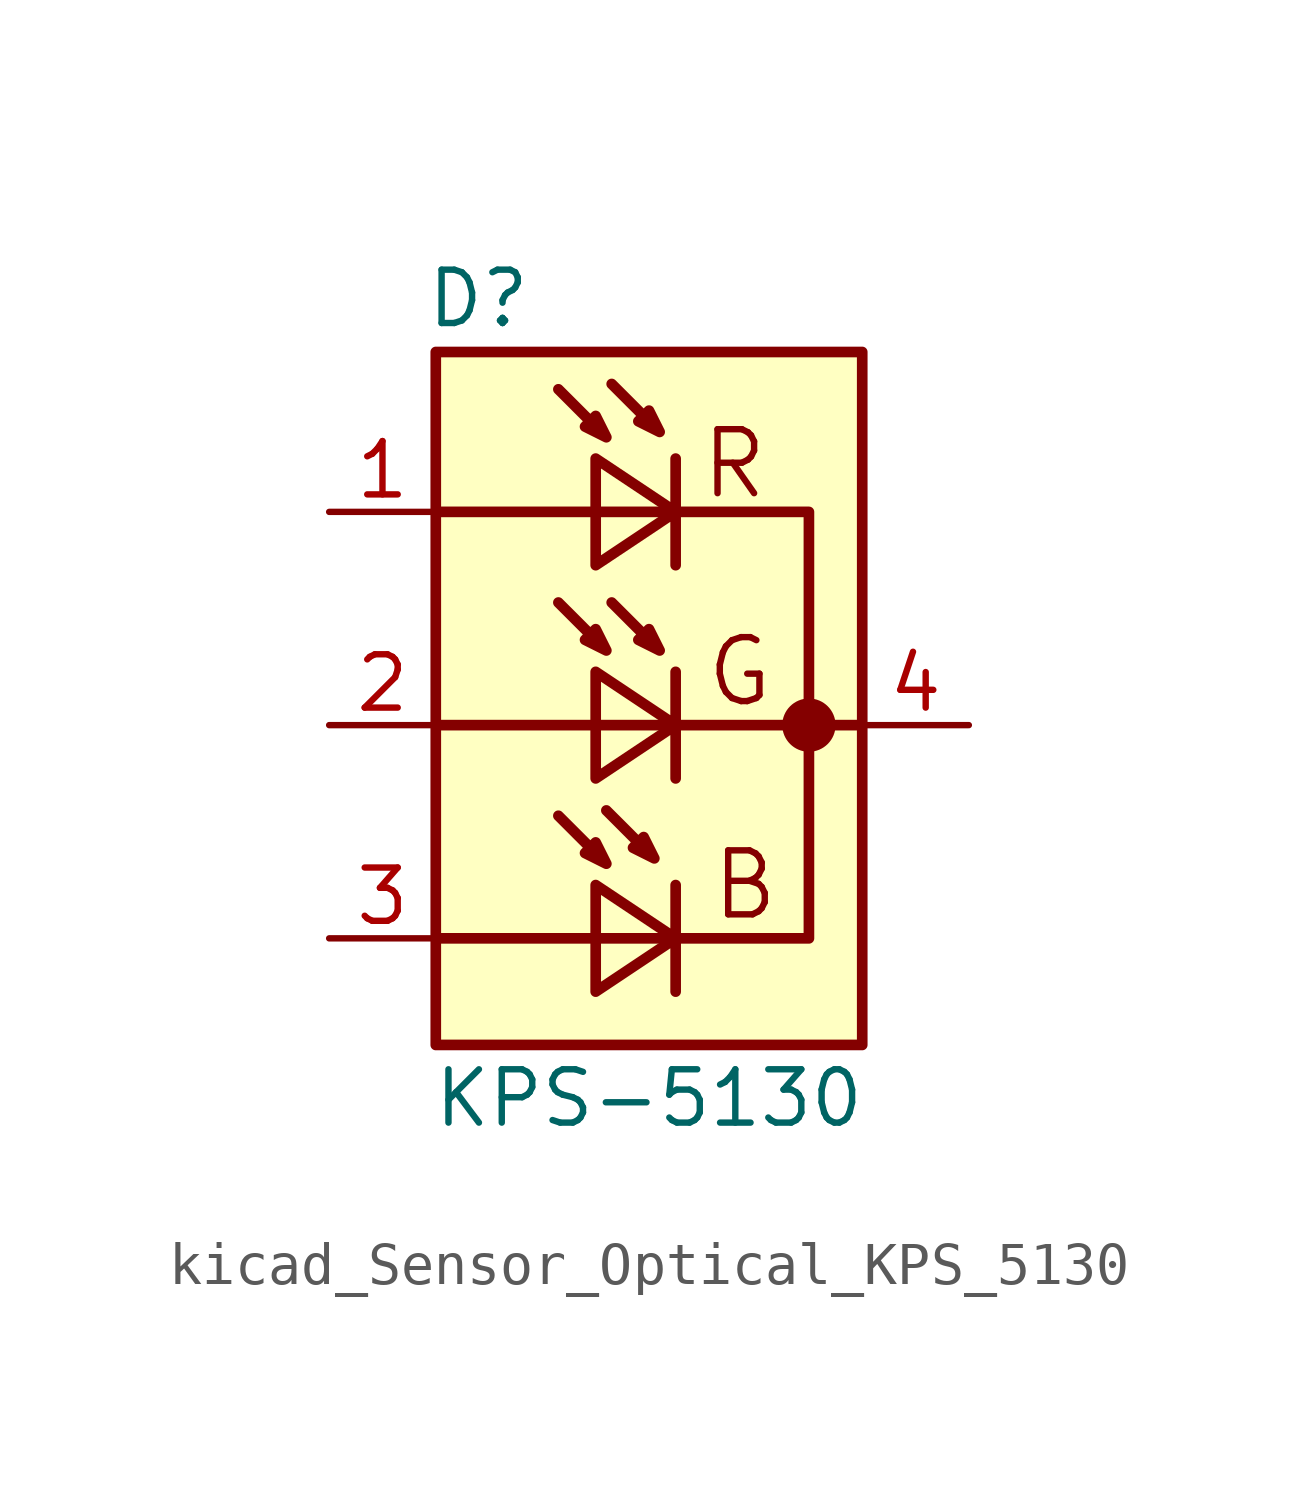
<source format=kicad_sym>
(kicad_symbol_lib
  (version 20220914)
  (generator kicad_symbol_editor)
  (symbol "kicad_Sensor_Optical_KPS_5130"
    (pin_names hide)
    (property "Reference" "D"
      (at -4.064 10.16 0)
      (effects (font (size 1.27 1.27))))
    (property "Value" "KPS-5130"
      (at 0 -8.89 0)
      (effects (font (size 1.27 1.27))))
    (symbol "kicad_Sensor_Optical_KPS_5130_0_0"
      (text "B" (at 2.286 -3.81 0) (effects (font (size 1.524 1.524))))
      (text "G" (at 2.159 1.27 0) (effects (font (size 1.524 1.524))))
      (text "R" (at 2.032 6.223 0) (effects (font (size 1.524 1.524)))))
    (symbol "kicad_Sensor_Optical_KPS_5130_0_1"
      (polyline (pts (xy 5.08 0) (xy -5.08 0)) (stroke (width 0.254) (type default)) (fill (type none)))
      (polyline (pts (xy -5.08 5.08) (xy 3.81 5.08) (xy 3.81 -5.08) (xy -5.08 -5.08)) (stroke (width 0.254) (type default)) (fill (type none)))
      (polyline (pts (xy -2.159 -2.159) (xy -1.016 -3.302) (xy -1.27 -2.794) (xy -1.524 -3.048) (xy -1.016 -3.302)) (stroke (width 0.254) (type default)) (fill (type none)))
      (polyline (pts (xy -2.159 2.921) (xy -1.016 1.778) (xy -1.27 2.286) (xy -1.524 2.032) (xy -1.016 1.778)) (stroke (width 0.254) (type default)) (fill (type none)))
      (polyline (pts (xy -2.159 8.001) (xy -1.016 6.858) (xy -1.27 7.366) (xy -1.524 7.112) (xy -1.016 6.858)) (stroke (width 0.254) (type default)) (fill (type none)))
      (polyline (pts (xy -1.016 -2.032) (xy 0.127 -3.175) (xy -0.127 -2.667) (xy -0.381 -2.921) (xy 0.127 -3.175)) (stroke (width 0.254) (type default)) (fill (type none)))
      (polyline (pts (xy -0.889 2.921) (xy 0.254 1.778) (xy 0 2.286) (xy -0.254 2.032) (xy 0.254 1.778)) (stroke (width 0.254) (type default)) (fill (type none)))
      (polyline (pts (xy -0.889 8.128) (xy 0.254 6.985) (xy 0 7.493) (xy -0.254 7.239) (xy 0.254 6.985)) (stroke (width 0.254) (type default)) (fill (type none)))
      (polyline (pts (xy 0.635 -3.81) (xy 0.635 -6.35) (xy 0.635 -5.08) (xy -1.27 -3.81) (xy -1.27 -6.35) (xy 0.635 -5.08)) (stroke (width 0.254) (type default)) (fill (type none)))
      (polyline (pts (xy 0.635 1.27) (xy 0.635 -1.27) (xy 0.635 0) (xy -1.27 1.27) (xy -1.27 -1.27) (xy 0.635 0)) (stroke (width 0.254) (type default)) (fill (type none)))
      (polyline (pts (xy 0.635 6.35) (xy 0.635 3.81) (xy 0.635 5.08) (xy -1.27 6.35) (xy -1.27 3.81) (xy 0.635 5.08)) (stroke (width 0.254) (type default)) (fill (type none)))
      (circle (center 3.81 0) (radius 0.508) (stroke (width 0.254) (type default)) (fill (type outline))))
    (symbol "kicad_Sensor_Optical_KPS_5130_1_1"
      (rectangle (start 5.08 8.89) (end -5.08 -7.62) (stroke (width 0.254) (type default)) (fill (type background)))
      (pin passive line (at -7.62 5.08 0) (length 2.54) (name "AR" (effects (font (size 1.27 1.27)))) (number "1" (effects (font (size 1.27 1.27)))))
      (pin passive line (at -7.62 0 0) (length 2.54) (name "AG" (effects (font (size 1.27 1.27)))) (number "2" (effects (font (size 1.27 1.27)))))
      (pin passive line (at -7.62 -5.08 0) (length 2.54) (name "AB" (effects (font (size 1.27 1.27)))) (number "3" (effects (font (size 1.27 1.27)))))
      (pin passive line (at 7.62 0 180) (length 2.54) (name "C" (effects (font (size 1.27 1.27)))) (number "4" (effects (font (size 1.27 1.27))))))))
</source>
